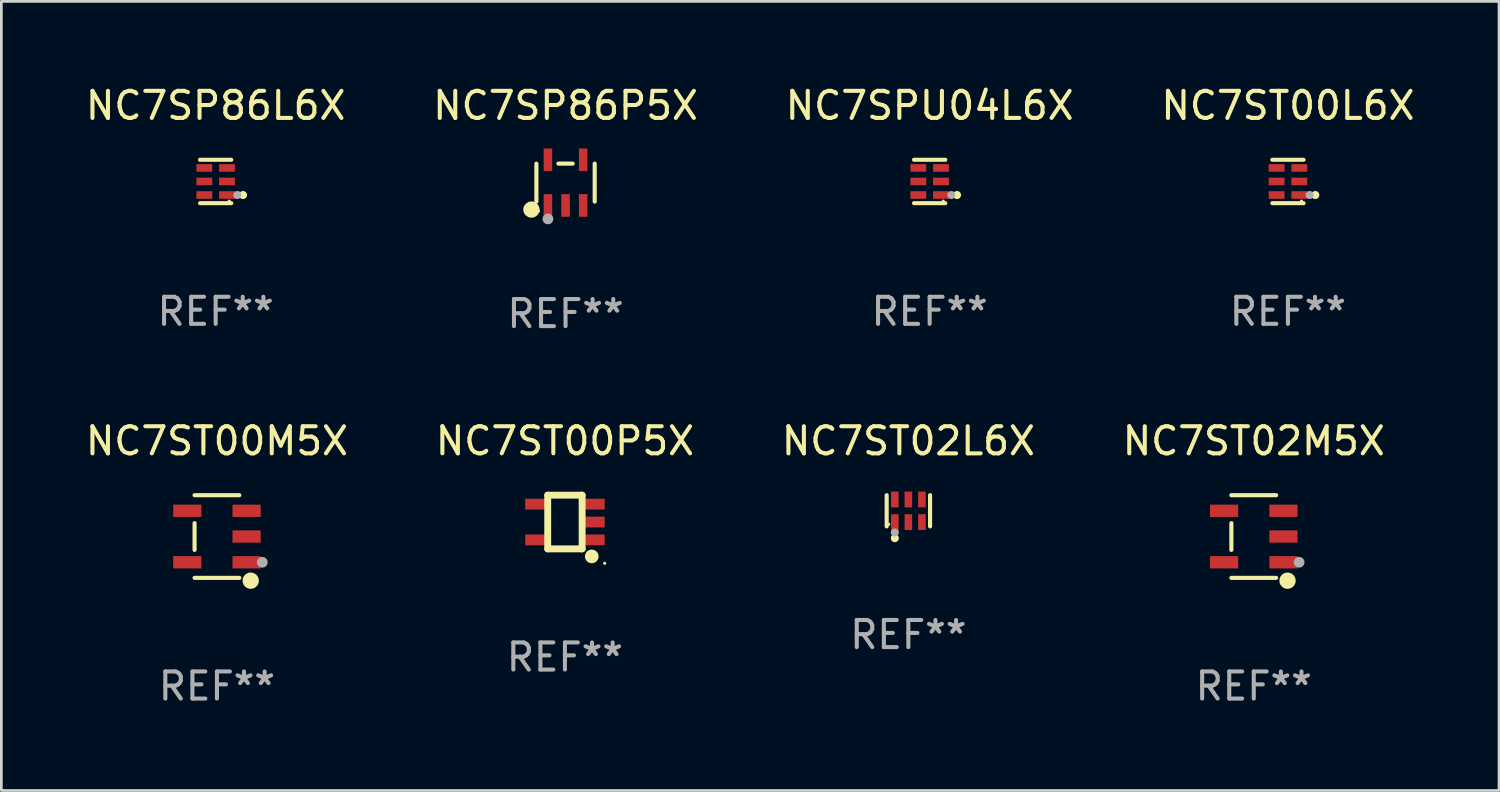
<source format=kicad_pcb>
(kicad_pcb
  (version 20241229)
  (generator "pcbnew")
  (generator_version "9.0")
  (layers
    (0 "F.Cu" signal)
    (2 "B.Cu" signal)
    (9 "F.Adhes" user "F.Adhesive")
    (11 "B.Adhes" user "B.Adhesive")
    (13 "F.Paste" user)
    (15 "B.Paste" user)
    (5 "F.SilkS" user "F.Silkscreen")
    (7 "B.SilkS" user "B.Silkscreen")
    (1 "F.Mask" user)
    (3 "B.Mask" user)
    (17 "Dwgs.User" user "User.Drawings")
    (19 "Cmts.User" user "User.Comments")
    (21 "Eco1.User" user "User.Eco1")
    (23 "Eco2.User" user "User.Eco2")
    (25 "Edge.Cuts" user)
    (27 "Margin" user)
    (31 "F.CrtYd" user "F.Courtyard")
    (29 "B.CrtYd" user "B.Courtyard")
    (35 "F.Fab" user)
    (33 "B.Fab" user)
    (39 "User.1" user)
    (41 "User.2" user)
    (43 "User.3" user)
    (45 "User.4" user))
  (footprint "NC7SP86L6X"
    (layer "F.Cu")
    (at 4.911 3.649)
    (property "Reference" "NC7SP86L6X" (at 0 -2.801 0) (layer "F.SilkS") (effects (font (size 1 1) (thickness 0.15))))
    (attr through_hole)
    (fp_line (start 0.576 -0.801) (end -0.576 -0.801) (stroke (width 0.152) (type solid)) (layer "F.SilkS"))
    (fp_line (start 0.576 0.801) (end -0.576 0.801) (stroke (width 0.152) (type solid)) (layer "F.SilkS"))
    (fp_circle (center 0.5 0.725) (end 0.53 0.725) (stroke (width 0.06) (type solid)) (fill no) (layer "F.SilkS"))
    (fp_circle (center 1.01 0.5) (end 1.085 0.5) (stroke (width 0.15) (type solid)) (fill no) (layer "F.SilkS"))
    (fp_circle (center 0.8 0.5) (end 0.875 0.5) (stroke (width 0.15) (type solid)) (fill no) (layer "F.Fab"))
    (fp_text user "REF**" (at 0 4.801 0) (layer "F.Fab") (effects (font (size 1 1) (thickness 0.15))))
    (pad "1" smd rect (at 0.418 0.5 90) (size 0.28 0.585) (layers "F.Cu" "F.Mask" "F.Paste"))
    (pad "2" smd rect (at 0.418 0 90) (size 0.28 0.585) (layers "F.Cu" "F.Mask" "F.Paste"))
    (pad "3" smd rect (at 0.418 -0.5 90) (size 0.28 0.585) (layers "F.Cu" "F.Mask" "F.Paste"))
    (pad "4" smd rect (at -0.418 -0.5 90) (size 0.28 0.585) (layers "F.Cu" "F.Mask" "F.Paste"))
    (pad "5" smd rect (at -0.418 0 90) (size 0.28 0.585) (layers "F.Cu" "F.Mask" "F.Paste"))
    (pad "6" smd rect (at -0.418 0.5 90) (size 0.28 0.585) (layers "F.Cu" "F.Mask" "F.Paste")))
  (footprint "NC7ST00P5X"
    (layer "F.Cu")
    (at 17.804 16.22)
    (property "Reference" "NC7ST00P5X" (at 0 -2.991 0) (layer "F.SilkS") (effects (font (size 1 1) (thickness 0.15))))
    (attr through_hole)
    (fp_line (start -0.635 -0.991) (end 0.635 -0.991) (stroke (width 0.254) (type solid)) (layer "F.SilkS"))
    (fp_line (start -0.635 0.991) (end -0.635 -0.991) (stroke (width 0.254) (type solid)) (layer "F.SilkS"))
    (fp_line (start 0.635 -0.991) (end 0.635 0.991) (stroke (width 0.254) (type solid)) (layer "F.SilkS"))
    (fp_line (start 0.635 0.991) (end -0.635 0.991) (stroke (width 0.254) (type solid)) (layer "F.SilkS"))
    (fp_circle (center 0.991 1.27) (end 1.118 1.27) (stroke (width 0.254) (type solid)) (fill no) (layer "F.SilkS"))
    (fp_circle (center 1.467 1.524) (end 1.497 1.524) (stroke (width 0.06) (type solid)) (fill no) (layer "F.SilkS"))
    (fp_text user "REF**" (at 0 4.991 0) (layer "F.Fab") (effects (font (size 1 1) (thickness 0.15))))
    (pad "1" smd rect (at 1.067 0.66 180) (size 0.8 0.399) (layers "F.Cu" "F.Mask" "F.Paste"))
    (pad "2" smd rect (at 1.067 0 180) (size 0.8 0.399) (layers "F.Cu" "F.Mask" "F.Paste"))
    (pad "3" smd rect (at 1.067 -0.66 180) (size 0.8 0.399) (layers "F.Cu" "F.Mask" "F.Paste"))
    (pad "4" smd rect (at -1.067 -0.66 180) (size 0.8 0.399) (layers "F.Cu" "F.Mask" "F.Paste"))
    (pad "5" smd rect (at -1.066 0.659 180) (size 0.8 0.399) (layers "F.Cu" "F.Mask" "F.Paste")))
  (footprint "NC7ST00M5X"
    (layer "F.Cu")
    (at 4.958 16.756)
    (property "Reference" "NC7ST00M5X" (at 0 -3.526 0) (layer "F.SilkS") (effects (font (size 1 1) (thickness 0.15))))
    (attr through_hole)
    (fp_line (start -0.826 -0.494) (end -0.826 0.494) (stroke (width 0.152) (type solid)) (layer "F.SilkS"))
    (fp_line (start 0.826 -1.526) (end -0.826 -1.526) (stroke (width 0.152) (type solid)) (layer "F.SilkS"))
    (fp_line (start 0.826 1.526) (end -0.826 1.526) (stroke (width 0.152) (type solid)) (layer "F.SilkS"))
    (fp_circle (center 1.247 1.63) (end 1.398 1.63) (stroke (width 0.3) (type solid)) (fill no) (layer "F.SilkS"))
    (fp_circle (center 1.375 1.45) (end 1.405 1.45) (stroke (width 0.06) (type solid)) (fill no) (layer "F.SilkS"))
    (fp_circle (center 1.675 0.95) (end 1.775 0.95) (stroke (width 0.2) (type solid)) (fill no) (layer "F.Fab"))
    (fp_text user "REF**" (at 0 5.526 0) (layer "F.Fab") (effects (font (size 1 1) (thickness 0.15))))
    (pad "1" smd rect (at 1.095 0.95 270) (size 0.455 1.04) (layers "F.Cu" "F.Mask" "F.Paste"))
    (pad "2" smd rect (at 1.095 0 270) (size 0.455 1.04) (layers "F.Cu" "F.Mask" "F.Paste"))
    (pad "3" smd rect (at 1.095 -0.95 270) (size 0.455 1.04) (layers "F.Cu" "F.Mask" "F.Paste"))
    (pad "4" smd rect (at -1.095 -0.95 270) (size 0.455 1.04) (layers "F.Cu" "F.Mask" "F.Paste"))
    (pad "5" smd rect (at -1.095 0.95 270) (size 0.455 1.04) (layers "F.Cu" "F.Mask" "F.Paste")))
  (footprint "NC7SPU04L6X"
    (layer "F.Cu")
    (at 31.268 3.649)
    (property "Reference" "NC7SPU04L6X" (at 0 -2.801 0) (layer "F.SilkS") (effects (font (size 1 1) (thickness 0.15))))
    (attr through_hole)
    (fp_line (start 0.576 -0.801) (end -0.576 -0.801) (stroke (width 0.152) (type solid)) (layer "F.SilkS"))
    (fp_line (start 0.576 0.801) (end -0.576 0.801) (stroke (width 0.152) (type solid)) (layer "F.SilkS"))
    (fp_circle (center 0.5 0.725) (end 0.53 0.725) (stroke (width 0.06) (type solid)) (fill no) (layer "F.SilkS"))
    (fp_circle (center 1.01 0.5) (end 1.085 0.5) (stroke (width 0.15) (type solid)) (fill no) (layer "F.SilkS"))
    (fp_circle (center 0.8 0.5) (end 0.875 0.5) (stroke (width 0.15) (type solid)) (fill no) (layer "F.Fab"))
    (fp_text user "REF**" (at 0 4.801 0) (layer "F.Fab") (effects (font (size 1 1) (thickness 0.15))))
    (pad "1" smd rect (at 0.418 0.5 90) (size 0.28 0.585) (layers "F.Cu" "F.Mask" "F.Paste"))
    (pad "2" smd rect (at 0.418 0 90) (size 0.28 0.585) (layers "F.Cu" "F.Mask" "F.Paste"))
    (pad "3" smd rect (at 0.418 -0.5 90) (size 0.28 0.585) (layers "F.Cu" "F.Mask" "F.Paste"))
    (pad "4" smd rect (at -0.418 -0.5 90) (size 0.28 0.585) (layers "F.Cu" "F.Mask" "F.Paste"))
    (pad "5" smd rect (at -0.418 0 90) (size 0.28 0.585) (layers "F.Cu" "F.Mask" "F.Paste"))
    (pad "6" smd rect (at -0.418 0.5 90) (size 0.28 0.585) (layers "F.Cu" "F.Mask" "F.Paste")))
  (footprint "NC7ST00L6X"
    (layer "F.Cu")
    (at 44.494 3.649)
    (property "Reference" "NC7ST00L6X" (at 0 -2.801 0) (layer "F.SilkS") (effects (font (size 1 1) (thickness 0.15))))
    (attr through_hole)
    (fp_line (start 0.576 -0.801) (end -0.576 -0.801) (stroke (width 0.152) (type solid)) (layer "F.SilkS"))
    (fp_line (start 0.576 0.801) (end -0.576 0.801) (stroke (width 0.152) (type solid)) (layer "F.SilkS"))
    (fp_circle (center 0.5 0.725) (end 0.53 0.725) (stroke (width 0.06) (type solid)) (fill no) (layer "F.SilkS"))
    (fp_circle (center 1.01 0.5) (end 1.085 0.5) (stroke (width 0.15) (type solid)) (fill no) (layer "F.SilkS"))
    (fp_circle (center 0.8 0.5) (end 0.875 0.5) (stroke (width 0.15) (type solid)) (fill no) (layer "F.Fab"))
    (fp_text user "REF**" (at 0 4.801 0) (layer "F.Fab") (effects (font (size 1 1) (thickness 0.15))))
    (pad "1" smd rect (at 0.418 0.5 90) (size 0.28 0.585) (layers "F.Cu" "F.Mask" "F.Paste"))
    (pad "2" smd rect (at 0.418 0 90) (size 0.28 0.585) (layers "F.Cu" "F.Mask" "F.Paste"))
    (pad "3" smd rect (at 0.418 -0.5 90) (size 0.28 0.585) (layers "F.Cu" "F.Mask" "F.Paste"))
    (pad "4" smd rect (at -0.418 -0.5 90) (size 0.28 0.585) (layers "F.Cu" "F.Mask" "F.Paste"))
    (pad "5" smd rect (at -0.418 0 90) (size 0.28 0.585) (layers "F.Cu" "F.Mask" "F.Paste"))
    (pad "6" smd rect (at -0.418 0.5 90) (size 0.28 0.585) (layers "F.Cu" "F.Mask" "F.Paste")))
  (footprint "NC7ST02M5X"
    (layer "F.Cu")
    (at 43.232 16.756)
    (property "Reference" "NC7ST02M5X" (at 0 -3.526 0) (layer "F.SilkS") (effects (font (size 1 1) (thickness 0.15))))
    (attr through_hole)
    (fp_line (start -0.826 -0.494) (end -0.826 0.494) (stroke (width 0.152) (type solid)) (layer "F.SilkS"))
    (fp_line (start 0.826 -1.526) (end -0.826 -1.526) (stroke (width 0.152) (type solid)) (layer "F.SilkS"))
    (fp_line (start 0.826 1.526) (end -0.826 1.526) (stroke (width 0.152) (type solid)) (layer "F.SilkS"))
    (fp_circle (center 1.247 1.63) (end 1.398 1.63) (stroke (width 0.3) (type solid)) (fill no) (layer "F.SilkS"))
    (fp_circle (center 1.375 1.45) (end 1.405 1.45) (stroke (width 0.06) (type solid)) (fill no) (layer "F.SilkS"))
    (fp_circle (center 1.675 0.95) (end 1.775 0.95) (stroke (width 0.2) (type solid)) (fill no) (layer "F.Fab"))
    (fp_text user "REF**" (at 0 5.526 0) (layer "F.Fab") (effects (font (size 1 1) (thickness 0.15))))
    (pad "1" smd rect (at 1.095 0.95 270) (size 0.455 1.04) (layers "F.Cu" "F.Mask" "F.Paste"))
    (pad "2" smd rect (at 1.095 0 270) (size 0.455 1.04) (layers "F.Cu" "F.Mask" "F.Paste"))
    (pad "3" smd rect (at 1.095 -0.95 270) (size 0.455 1.04) (layers "F.Cu" "F.Mask" "F.Paste"))
    (pad "4" smd rect (at -1.095 -0.95 270) (size 0.455 1.04) (layers "F.Cu" "F.Mask" "F.Paste"))
    (pad "5" smd rect (at -1.095 0.95 270) (size 0.455 1.04) (layers "F.Cu" "F.Mask" "F.Paste")))
  (footprint "NC7SP86P5X"
    (layer "F.Cu")
    (at 17.827 3.691)
    (property "Reference" "NC7SP86P5X" (at 0 -2.843 0) (layer "F.SilkS") (effects (font (size 1 1) (thickness 0.15))))
    (attr through_hole)
    (fp_line (start -1.076 0.701) (end -1.076 -0.701) (stroke (width 0.152) (type solid)) (layer "F.SilkS"))
    (fp_line (start 0.264 -0.701) (end -0.264 -0.701) (stroke (width 0.152) (type solid)) (layer "F.SilkS"))
    (fp_line (start 1.076 0.701) (end 1.076 -0.701) (stroke (width 0.152) (type solid)) (layer "F.SilkS"))
    (fp_circle (center -1.26 0.995) (end -1.11 0.995) (stroke (width 0.3) (type solid)) (fill no) (layer "F.SilkS"))
    (fp_circle (center -1 1.05) (end -0.97 1.05) (stroke (width 0.06) (type solid)) (fill no) (layer "F.SilkS"))
    (fp_circle (center -0.65 1.341) (end -0.55 1.341) (stroke (width 0.2) (type solid)) (fill no) (layer "F.Fab"))
    (fp_text user "REF**" (at 0 4.843 0) (layer "F.Fab") (effects (font (size 1 1) (thickness 0.15))))
    (pad "1" smd rect (at -0.65 0.843) (size 0.315 0.835) (layers "F.Cu" "F.Mask" "F.Paste"))
    (pad "2" smd rect (at 0.00014 0.843) (size 0.315 0.835) (layers "F.Cu" "F.Mask" "F.Paste"))
    (pad "3" smd rect (at 0.65 0.843) (size 0.315 0.835) (layers "F.Cu" "F.Mask" "F.Paste"))
    (pad "4" smd rect (at 0.65 -0.843) (size 0.315 0.835) (layers "F.Cu" "F.Mask" "F.Paste"))
    (pad "5" smd rect (at -0.65 -0.843) (size 0.315 0.835) (layers "F.Cu" "F.Mask" "F.Paste")))
  (footprint "NC7ST02L6X"
    (layer "F.Cu")
    (at 30.482 15.806)
    (property "Reference" "NC7ST02L6X" (at 0 -2.576 0) (layer "F.SilkS") (effects (font (size 1 1) (thickness 0.15))))
    (attr through_hole)
    (fp_line (start -0.801 0.576) (end -0.801 -0.576) (stroke (width 0.152) (type solid)) (layer "F.SilkS"))
    (fp_line (start 0.801 0.576) (end 0.801 -0.576) (stroke (width 0.152) (type solid)) (layer "F.SilkS"))
    (fp_circle (center -0.725 0.5) (end -0.695 0.5) (stroke (width 0.06) (type solid)) (fill no) (layer "F.SilkS"))
    (fp_circle (center -0.5 1.01) (end -0.425 1.01) (stroke (width 0.15) (type solid)) (fill no) (layer "F.SilkS"))
    (fp_circle (center -0.5 0.8) (end -0.425 0.8) (stroke (width 0.15) (type solid)) (fill no) (layer "F.Fab"))
    (fp_text user "REF**" (at 0 4.576 0) (layer "F.Fab") (effects (font (size 1 1) (thickness 0.15))))
    (pad "1" smd rect (at -0.5 0.418) (size 0.28 0.585) (layers "F.Cu" "F.Mask" "F.Paste"))
    (pad "2" smd rect (at 0 0.418) (size 0.28 0.585) (layers "F.Cu" "F.Mask" "F.Paste"))
    (pad "3" smd rect (at 0.5 0.418) (size 0.28 0.585) (layers "F.Cu" "F.Mask" "F.Paste"))
    (pad "4" smd rect (at 0.5 -0.418) (size 0.28 0.585) (layers "F.Cu" "F.Mask" "F.Paste"))
    (pad "5" smd rect (at 0 -0.418) (size 0.28 0.585) (layers "F.Cu" "F.Mask" "F.Paste"))
    (pad "6" smd rect (at -0.5 -0.418) (size 0.28 0.585) (layers "F.Cu" "F.Mask" "F.Paste")))
  (gr_rect
    (start -3 -3)
    (end 52.286 26.131)
    (stroke (width 0.1) (type default))
    (fill no)
    (layer "Edge.Cuts")))
</source>
